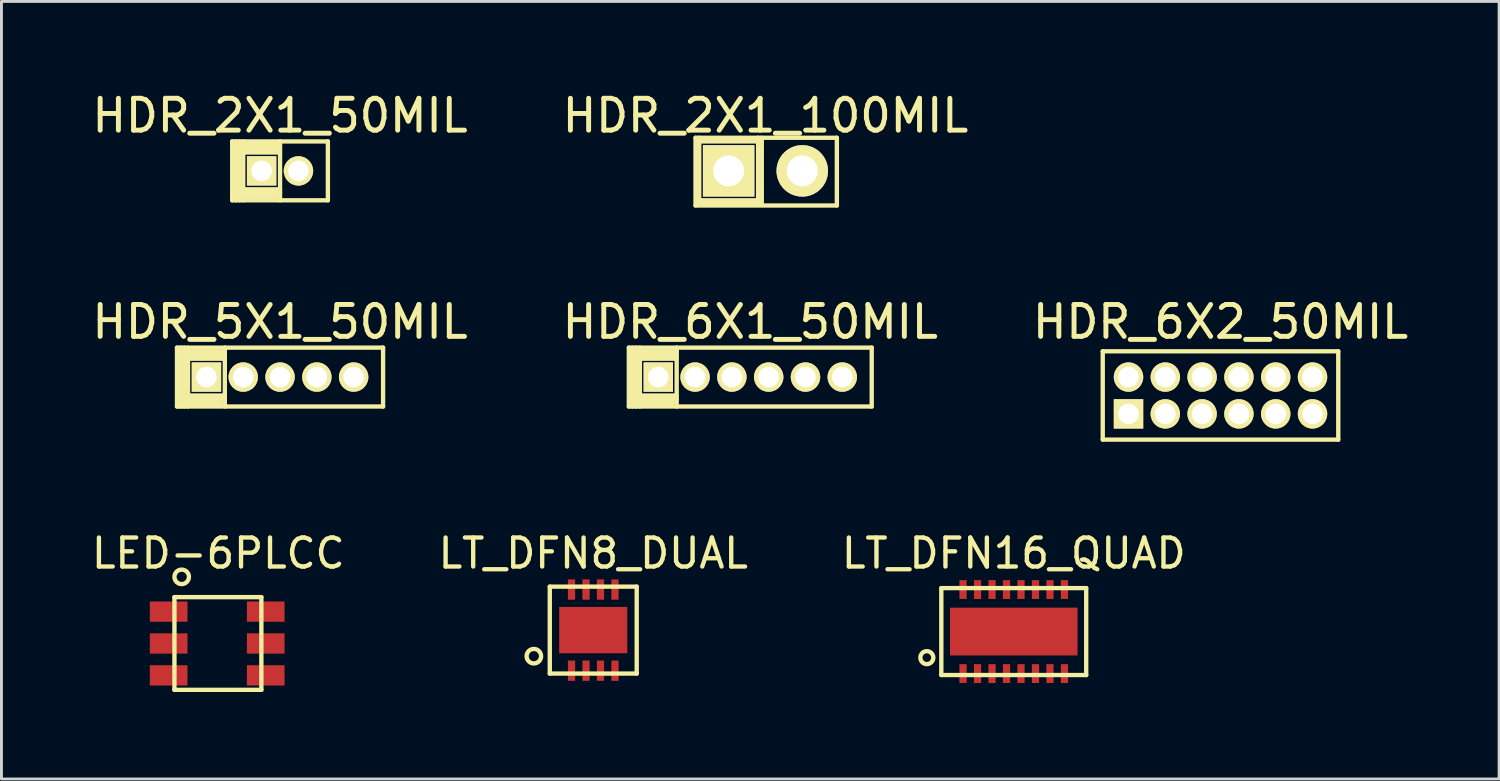
<source format=kicad_pcb>
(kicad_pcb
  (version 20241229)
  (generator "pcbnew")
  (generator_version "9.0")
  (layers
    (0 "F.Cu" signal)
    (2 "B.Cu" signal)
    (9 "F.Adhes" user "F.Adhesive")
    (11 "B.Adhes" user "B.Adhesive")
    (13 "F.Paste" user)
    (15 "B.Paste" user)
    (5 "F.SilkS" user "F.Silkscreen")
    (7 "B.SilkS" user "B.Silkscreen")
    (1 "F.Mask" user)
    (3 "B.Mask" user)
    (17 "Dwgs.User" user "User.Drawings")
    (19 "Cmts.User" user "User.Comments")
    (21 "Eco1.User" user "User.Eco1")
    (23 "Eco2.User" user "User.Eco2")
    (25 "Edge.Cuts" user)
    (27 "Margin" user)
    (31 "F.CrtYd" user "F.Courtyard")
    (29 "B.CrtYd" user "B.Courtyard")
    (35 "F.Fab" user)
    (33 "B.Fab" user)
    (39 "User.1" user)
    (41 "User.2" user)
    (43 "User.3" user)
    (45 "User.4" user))
  (footprint "HDR_2X1_50MIL"
    (layer "F.Cu")
    (at 6.614 2.847)
    (property "Reference" "HDR_2X1_50MIL" (at 0 -1.905 0) (layer "F.SilkS") (effects (font (size 1.1 1.1) (thickness 0.17))))
    (attr through_hole)
    (fp_line (start -1.651 -1.016) (end 1.651 -1.016) (stroke (width 0.15) (type solid)) (layer "F.SilkS"))
    (fp_line (start -1.651 1.016) (end -1.651 -1.016) (stroke (width 0.15) (type solid)) (layer "F.SilkS"))
    (fp_line (start -1.524 1.016) (end -1.524 -1.016) (stroke (width 0.15) (type solid)) (layer "F.SilkS"))
    (fp_line (start -1.397 -1.016) (end -1.397 1.016) (stroke (width 0.15) (type solid)) (layer "F.SilkS"))
    (fp_line (start -1.27 -1.016) (end -1.27 1.016) (stroke (width 0.15) (type solid)) (layer "F.SilkS"))
    (fp_line (start -1.27 -0.889) (end 0 -0.889) (stroke (width 0.15) (type solid)) (layer "F.SilkS"))
    (fp_line (start -1.27 -0.635) (end 0 -0.635) (stroke (width 0.15) (type solid)) (layer "F.SilkS"))
    (fp_line (start -1.27 0.889) (end -0.127 0.889) (stroke (width 0.15) (type solid)) (layer "F.SilkS"))
    (fp_line (start 0 -1.016) (end 0 1.016) (stroke (width 0.15) (type solid)) (layer "F.SilkS"))
    (fp_line (start 0 -0.762) (end -1.27 -0.762) (stroke (width 0.15) (type solid)) (layer "F.SilkS"))
    (fp_line (start 0 0.635) (end -1.27 0.635) (stroke (width 0.15) (type solid)) (layer "F.SilkS"))
    (fp_line (start 0 0.762) (end -1.27 0.762) (stroke (width 0.15) (type solid)) (layer "F.SilkS"))
    (fp_line (start 1.651 -1.016) (end 1.651 1.016) (stroke (width 0.15) (type solid)) (layer "F.SilkS"))
    (fp_line (start 1.651 1.016) (end -1.651 1.016) (stroke (width 0.15) (type solid)) (layer "F.SilkS"))
    (pad "1" thru_hole rect (at -0.635 0) (size 1.016 1.016) (drill 0.711) (layers "*.Cu" "*.Mask" "F.SilkS"))
    (pad "2" thru_hole circle (at 0.635 0 90) (size 1.016 1.016) (drill 0.711) (layers "*.Cu" "*.Mask" "F.SilkS")))
  (footprint "HDR_6X1_50MIL"
    (layer "F.Cu")
    (at 22.842 9.963)
    (property "Reference" "HDR_6X1_50MIL" (at 0 -1.905 0) (layer "F.SilkS") (effects (font (size 1.1 1.1) (thickness 0.17))))
    (attr through_hole)
    (fp_line (start -4.191 -1.016) (end 4.191 -1.016) (stroke (width 0.15) (type solid)) (layer "F.SilkS"))
    (fp_line (start -4.191 1.016) (end -4.191 -1.016) (stroke (width 0.15) (type solid)) (layer "F.SilkS"))
    (fp_line (start -4.064 1.016) (end -4.064 -1.016) (stroke (width 0.15) (type solid)) (layer "F.SilkS"))
    (fp_line (start -3.937 -1.016) (end -3.937 1.016) (stroke (width 0.15) (type solid)) (layer "F.SilkS"))
    (fp_line (start -3.81 -1.016) (end -3.81 1.016) (stroke (width 0.15) (type solid)) (layer "F.SilkS"))
    (fp_line (start -3.81 -0.889) (end -2.54 -0.889) (stroke (width 0.15) (type solid)) (layer "F.SilkS"))
    (fp_line (start -3.81 -0.635) (end -2.54 -0.635) (stroke (width 0.15) (type solid)) (layer "F.SilkS"))
    (fp_line (start -3.81 0.889) (end -2.667 0.889) (stroke (width 0.15) (type solid)) (layer "F.SilkS"))
    (fp_line (start -2.54 -1.016) (end -2.54 1.016) (stroke (width 0.15) (type solid)) (layer "F.SilkS"))
    (fp_line (start -2.54 -0.762) (end -3.81 -0.762) (stroke (width 0.15) (type solid)) (layer "F.SilkS"))
    (fp_line (start -2.54 0.635) (end -3.81 0.635) (stroke (width 0.15) (type solid)) (layer "F.SilkS"))
    (fp_line (start -2.54 0.762) (end -3.81 0.762) (stroke (width 0.15) (type solid)) (layer "F.SilkS"))
    (fp_line (start 4.191 -1.016) (end 4.191 1.016) (stroke (width 0.15) (type solid)) (layer "F.SilkS"))
    (fp_line (start 4.191 1.016) (end -4.191 1.016) (stroke (width 0.15) (type solid)) (layer "F.SilkS"))
    (pad "1" thru_hole rect (at -3.175 0) (size 1.016 1.016) (drill 0.711) (layers "*.Cu" "*.Mask" "F.SilkS"))
    (pad "2" thru_hole circle (at -1.905 0 90) (size 1.016 1.016) (drill 0.711) (layers "*.Cu" "*.Mask" "F.SilkS"))
    (pad "3" thru_hole circle (at -0.635 0 90) (size 1.016 1.016) (drill 0.711) (layers "*.Cu" "*.Mask" "F.SilkS"))
    (pad "4" thru_hole circle (at 0.635 0 90) (size 1.016 1.016) (drill 0.711) (layers "*.Cu" "*.Mask" "F.SilkS"))
    (pad "5" thru_hole circle (at 1.905 0 90) (size 1.016 1.016) (drill 0.711) (layers "*.Cu" "*.Mask" "F.SilkS"))
    (pad "6" thru_hole circle (at 3.175 0 90) (size 1.016 1.016) (drill 0.711) (layers "*.Cu" "*.Mask" "F.SilkS")))
  (footprint "HDR_5X1_50MIL"
    (layer "F.Cu")
    (at 6.614 9.963)
    (property "Reference" "HDR_5X1_50MIL" (at 0 -1.905 0) (layer "F.SilkS") (effects (font (size 1.1 1.1) (thickness 0.17))))
    (attr through_hole)
    (fp_line (start -3.556 -1.016) (end 3.556 -1.016) (stroke (width 0.15) (type solid)) (layer "F.SilkS"))
    (fp_line (start -3.556 1.016) (end -3.556 -1.016) (stroke (width 0.15) (type solid)) (layer "F.SilkS"))
    (fp_line (start -3.429 1.016) (end -3.429 -1.016) (stroke (width 0.15) (type solid)) (layer "F.SilkS"))
    (fp_line (start -3.302 -1.016) (end -3.302 1.016) (stroke (width 0.15) (type solid)) (layer "F.SilkS"))
    (fp_line (start -3.175 -1.016) (end -3.175 1.016) (stroke (width 0.15) (type solid)) (layer "F.SilkS"))
    (fp_line (start -3.175 -0.889) (end -1.905 -0.889) (stroke (width 0.15) (type solid)) (layer "F.SilkS"))
    (fp_line (start -3.175 -0.635) (end -1.905 -0.635) (stroke (width 0.15) (type solid)) (layer "F.SilkS"))
    (fp_line (start -3.175 0.889) (end -2.032 0.889) (stroke (width 0.15) (type solid)) (layer "F.SilkS"))
    (fp_line (start -1.905 -1.016) (end -1.905 1.016) (stroke (width 0.15) (type solid)) (layer "F.SilkS"))
    (fp_line (start -1.905 -0.762) (end -3.175 -0.762) (stroke (width 0.15) (type solid)) (layer "F.SilkS"))
    (fp_line (start -1.905 0.635) (end -3.175 0.635) (stroke (width 0.15) (type solid)) (layer "F.SilkS"))
    (fp_line (start -1.905 0.762) (end -3.175 0.762) (stroke (width 0.15) (type solid)) (layer "F.SilkS"))
    (fp_line (start 3.556 -1.016) (end 3.556 1.016) (stroke (width 0.15) (type solid)) (layer "F.SilkS"))
    (fp_line (start 3.556 1.016) (end -3.556 1.016) (stroke (width 0.15) (type solid)) (layer "F.SilkS"))
    (pad "1" thru_hole rect (at -2.54 0) (size 1.016 1.016) (drill 0.711) (layers "*.Cu" "*.Mask" "F.SilkS"))
    (pad "2" thru_hole circle (at -1.27 0 90) (size 1.016 1.016) (drill 0.711) (layers "*.Cu" "*.Mask" "F.SilkS"))
    (pad "3" thru_hole circle (at 0 0 90) (size 1.016 1.016) (drill 0.711) (layers "*.Cu" "*.Mask" "F.SilkS"))
    (pad "4" thru_hole circle (at 1.27 0 90) (size 1.016 1.016) (drill 0.711) (layers "*.Cu" "*.Mask" "F.SilkS"))
    (pad "5" thru_hole circle (at 2.54 0 90) (size 1.016 1.016) (drill 0.711) (layers "*.Cu" "*.Mask" "F.SilkS")))
  (footprint "LT_DFN8_DUAL"
    (layer "F.Cu")
    (at 17.423 18.695)
    (property "Reference" "LT_DFN8_DUAL" (at 0 -2.65 0) (layer "F.SilkS") (effects (font (size 1 1) (thickness 0.15))))
    (attr through_hole)
    (fp_line (start -1.5 -1.5) (end 1.5 -1.5) (stroke (width 0.15) (type solid)) (layer "F.SilkS"))
    (fp_line (start -1.5 1.5) (end -1.5 -1.5) (stroke (width 0.15) (type solid)) (layer "F.SilkS"))
    (fp_line (start 1.5 -1.5) (end 1.5 1.5) (stroke (width 0.15) (type solid)) (layer "F.SilkS"))
    (fp_line (start 1.5 1.5) (end -1.5 1.5) (stroke (width 0.15) (type solid)) (layer "F.SilkS"))
    (fp_circle (center -2.05 0.9) (end -1.85 1.05) (stroke (width 0.15) (type solid)) (fill no) (layer "F.SilkS"))
    (pad "Vdd" smd rect (at -0.75 -1.4) (size 0.25 0.7) (layers "F.Cu" "F.Mask" "F.Paste"))
    (pad "Vss" smd rect (at 0 0) (size 2.35 1.6) (layers "F.Cu" "F.Mask" "F.Paste"))
    (pad "Vss" smd rect (at 0.75 1.4) (size 0.25 0.7) (layers "F.Cu" "F.Mask" "F.Paste"))
    (pad "n1" smd rect (at -0.25 1.4) (size 0.25 0.7) (layers "F.Cu" "F.Mask" "F.Paste"))
    (pad "n2" smd rect (at 0.25 -1.4) (size 0.25 0.7) (layers "F.Cu" "F.Mask" "F.Paste"))
    (pad "o1" smd rect (at -0.75 1.4) (size 0.25 0.7) (layers "F.Cu" "F.Mask" "F.Paste"))
    (pad "o2" smd rect (at -0.25 -1.4) (size 0.25 0.7) (layers "F.Cu" "F.Mask" "F.Paste"))
    (pad "p1" smd rect (at 0.25 1.4) (size 0.25 0.7) (layers "F.Cu" "F.Mask" "F.Paste"))
    (pad "p2" smd rect (at 0.75 -1.4) (size 0.25 0.7) (layers "F.Cu" "F.Mask" "F.Paste")))
  (footprint "HDR_2X1_100MIL"
    (layer "F.Cu")
    (at 23.366 2.847)
    (property "Reference" "HDR_2X1_100MIL" (at 0 -1.905 0) (layer "F.SilkS") (effects (font (size 1.1 1.1) (thickness 0.17))))
    (attr through_hole)
    (fp_line (start -2.413 -1.143) (end 2.464 -1.143) (stroke (width 0.15) (type solid)) (layer "F.SilkS"))
    (fp_line (start -2.413 1.194) (end -2.413 -1.143) (stroke (width 0.15) (type solid)) (layer "F.SilkS"))
    (fp_line (start -2.286 1.016) (end -0.33 1.016) (stroke (width 0.15) (type solid)) (layer "F.SilkS"))
    (fp_line (start -2.286 1.118) (end -2.286 -1.143) (stroke (width 0.15) (type solid)) (layer "F.SilkS"))
    (fp_line (start -0.279 -1.016) (end -2.337 -1.016) (stroke (width 0.15) (type solid)) (layer "F.SilkS"))
    (fp_line (start -0.279 1.067) (end -2.337 1.067) (stroke (width 0.15) (type solid)) (layer "F.SilkS"))
    (fp_line (start -0.254 1.143) (end -0.254 -1.143) (stroke (width 0.15) (type solid)) (layer "F.SilkS"))
    (fp_line (start -0.127 -1.143) (end -0.127 1.143) (stroke (width 0.15) (type solid)) (layer "F.SilkS"))
    (fp_line (start -0.127 1.143) (end -0.254 1.143) (stroke (width 0.15) (type solid)) (layer "F.SilkS"))
    (fp_line (start 2.464 -1.143) (end 2.464 1.194) (stroke (width 0.15) (type solid)) (layer "F.SilkS"))
    (fp_line (start 2.464 1.194) (end -2.413 1.194) (stroke (width 0.15) (type solid)) (layer "F.SilkS"))
    (pad "1" thru_hole rect (at -1.27 0) (size 1.778 1.778) (drill 1.067) (layers "*.Cu" "*.Mask" "F.SilkS"))
    (pad "2" thru_hole circle (at 1.27 0 90) (size 1.778 1.778) (drill 1.067) (layers "*.Cu" "*.Mask" "F.SilkS")))
  (footprint "LED-6PLCC"
    (layer "F.Cu")
    (at 4.47 19.157)
    (property "Reference" "LED-6PLCC" (at 0.013 -3.112 0) (layer "F.SilkS") (effects (font (size 1 1) (thickness 0.15))))
    (attr through_hole)
    (fp_line (start -1.5 -1.6) (end 1.5 -1.6) (stroke (width 0.15) (type solid)) (layer "F.SilkS"))
    (fp_line (start -1.5 1.6) (end -1.5 -1.6) (stroke (width 0.15) (type solid)) (layer "F.SilkS"))
    (fp_line (start 1.5 -1.6) (end 1.5 1.6) (stroke (width 0.15) (type solid)) (layer "F.SilkS"))
    (fp_line (start 1.5 1.6) (end -1.5 1.6) (stroke (width 0.15) (type solid)) (layer "F.SilkS"))
    (fp_circle (center -1.25 -2.3) (end -1.1 -2.1) (stroke (width 0.15) (type solid)) (fill no) (layer "F.SilkS"))
    (pad "A1" smd rect (at 1.65 -1.1) (size 1.3 0.7) (layers "F.Cu" "F.Mask" "F.Paste"))
    (pad "A2" smd rect (at 1.65 0) (size 1.3 0.7) (layers "F.Cu" "F.Mask" "F.Paste"))
    (pad "A3" smd rect (at 1.65 1.1) (size 1.3 0.7) (layers "F.Cu" "F.Mask" "F.Paste"))
    (pad "C1" smd rect (at -1.7 -1.1) (size 1.3 0.7) (layers "F.Cu" "F.Mask" "F.Paste"))
    (pad "C2" smd rect (at -1.7 0) (size 1.3 0.7) (layers "F.Cu" "F.Mask" "F.Paste"))
    (pad "C3" smd rect (at -1.7 1.1) (size 1.3 0.7) (layers "F.Cu" "F.Mask" "F.Paste")))
  (footprint "LT_DFN16_QUAD"
    (layer "F.Cu")
    (at 31.935 18.745)
    (property "Reference" "LT_DFN16_QUAD" (at 0 -2.7 0) (layer "F.SilkS") (effects (font (size 1 1) (thickness 0.15))))
    (attr through_hole)
    (fp_line (start -2.5 -1.5) (end -2.5 1.5) (stroke (width 0.15) (type solid)) (layer "F.SilkS"))
    (fp_line (start -2.5 1.5) (end 2.5 1.5) (stroke (width 0.15) (type solid)) (layer "F.SilkS"))
    (fp_line (start 2.5 -1.5) (end -2.5 -1.5) (stroke (width 0.15) (type solid)) (layer "F.SilkS"))
    (fp_line (start 2.5 1.5) (end 2.5 -1.5) (stroke (width 0.15) (type solid)) (layer "F.SilkS"))
    (fp_circle (center -3 0.9) (end -2.9 0.7) (stroke (width 0.15) (type solid)) (fill no) (layer "F.SilkS"))
    (pad "" smd rect (at 1.75 -1.45) (size 0.25 0.65) (layers "F.Cu" "F.Mask" "F.Paste"))
    (pad "" smd rect (at 1.75 1.45) (size 0.25 0.65) (layers "F.Cu" "F.Mask" "F.Paste"))
    (pad "Vdd" smd rect (at -0.25 1.45) (size 0.25 0.65) (layers "F.Cu" "F.Mask" "F.Paste"))
    (pad "Vss" smd rect (at -0.25 -1.45) (size 0.25 0.65) (layers "F.Cu" "F.Mask" "F.Paste"))
    (pad "Vss" smd rect (at 0 0) (size 4.4 1.65) (layers "F.Cu" "F.Mask" "F.Paste"))
    (pad "n1" smd rect (at -1.25 1.45) (size 0.25 0.65) (layers "F.Cu" "F.Mask" "F.Paste"))
    (pad "n2" smd rect (at 0.75 1.45) (size 0.25 0.65) (layers "F.Cu" "F.Mask" "F.Paste"))
    (pad "n3" smd rect (at 0.75 -1.45) (size 0.25 0.65) (layers "F.Cu" "F.Mask" "F.Paste"))
    (pad "n4" smd rect (at -1.25 -1.45) (size 0.25 0.65) (layers "F.Cu" "F.Mask" "F.Paste"))
    (pad "o1" smd rect (at -1.75 1.45) (size 0.25 0.65) (layers "F.Cu" "F.Mask" "F.Paste"))
    (pad "o2" smd rect (at 1.25 1.45) (size 0.25 0.65) (layers "F.Cu" "F.Mask" "F.Paste"))
    (pad "o3" smd rect (at 1.25 -1.45) (size 0.25 0.65) (layers "F.Cu" "F.Mask" "F.Paste"))
    (pad "o4" smd rect (at -1.75 -1.45) (size 0.25 0.65) (layers "F.Cu" "F.Mask" "F.Paste"))
    (pad "p1" smd rect (at -0.75 1.45) (size 0.25 0.65) (layers "F.Cu" "F.Mask" "F.Paste"))
    (pad "p2" smd rect (at 0.25 1.45) (size 0.25 0.65) (layers "F.Cu" "F.Mask" "F.Paste"))
    (pad "p3" smd rect (at 0.25 -1.45) (size 0.25 0.65) (layers "F.Cu" "F.Mask" "F.Paste"))
    (pad "p4" smd rect (at -0.75 -1.45) (size 0.25 0.65) (layers "F.Cu" "F.Mask" "F.Paste")))
  (footprint "HDR_6X2_50MIL"
    (layer "F.Cu")
    (at 39.07 10.598)
    (property "Reference" "HDR_6X2_50MIL" (at 0 -2.54 0) (layer "F.SilkS") (effects (font (size 1.1 1.1) (thickness 0.17))))
    (attr through_hole)
    (fp_line (start -4.064 -1.524) (end -4.064 1.524) (stroke (width 0.15) (type solid)) (layer "F.SilkS"))
    (fp_line (start -4.064 1.524) (end 4.064 1.524) (stroke (width 0.15) (type solid)) (layer "F.SilkS"))
    (fp_line (start 4.064 -1.524) (end -4.064 -1.524) (stroke (width 0.15) (type solid)) (layer "F.SilkS"))
    (fp_line (start 4.064 1.524) (end 4.064 -1.524) (stroke (width 0.15) (type solid)) (layer "F.SilkS"))
    (pad "1" thru_hole rect (at -3.175 0.635) (size 1.016 1.016) (drill 0.711) (layers "*.Cu" "*.Mask" "F.SilkS"))
    (pad "2" thru_hole circle (at -3.175 -0.635) (size 1.016 1.016) (drill 0.711) (layers "*.Cu" "*.Mask" "F.SilkS"))
    (pad "3" thru_hole circle (at -1.905 0.635 90) (size 1.016 1.016) (drill 0.711) (layers "*.Cu" "*.Mask" "F.SilkS"))
    (pad "4" thru_hole circle (at -1.905 -0.635 90) (size 1.016 1.016) (drill 0.711) (layers "*.Cu" "*.Mask" "F.SilkS"))
    (pad "5" thru_hole circle (at -0.635 0.635 90) (size 1.016 1.016) (drill 0.711) (layers "*.Cu" "*.Mask" "F.SilkS"))
    (pad "6" thru_hole circle (at -0.635 -0.635 90) (size 1.016 1.016) (drill 0.711) (layers "*.Cu" "*.Mask" "F.SilkS"))
    (pad "7" thru_hole circle (at 0.635 0.635 90) (size 1.016 1.016) (drill 0.711) (layers "*.Cu" "*.Mask" "F.SilkS"))
    (pad "8" thru_hole circle (at 0.635 -0.635 90) (size 1.016 1.016) (drill 0.711) (layers "*.Cu" "*.Mask" "F.SilkS"))
    (pad "9" thru_hole circle (at 1.905 0.635 90) (size 1.016 1.016) (drill 0.711) (layers "*.Cu" "*.Mask" "F.SilkS"))
    (pad "10" thru_hole circle (at 1.905 -0.635 90) (size 1.016 1.016) (drill 0.711) (layers "*.Cu" "*.Mask" "F.SilkS"))
    (pad "11" thru_hole circle (at 3.175 0.635 90) (size 1.016 1.016) (drill 0.711) (layers "*.Cu" "*.Mask" "F.SilkS"))
    (pad "12" thru_hole circle (at 3.175 -0.635 90) (size 1.016 1.016) (drill 0.711) (layers "*.Cu" "*.Mask" "F.SilkS")))
  (gr_rect
    (start -3 -3)
    (end 48.684 23.832)
    (stroke (width 0.1) (type default))
    (fill no)
    (layer "Edge.Cuts")))
</source>
